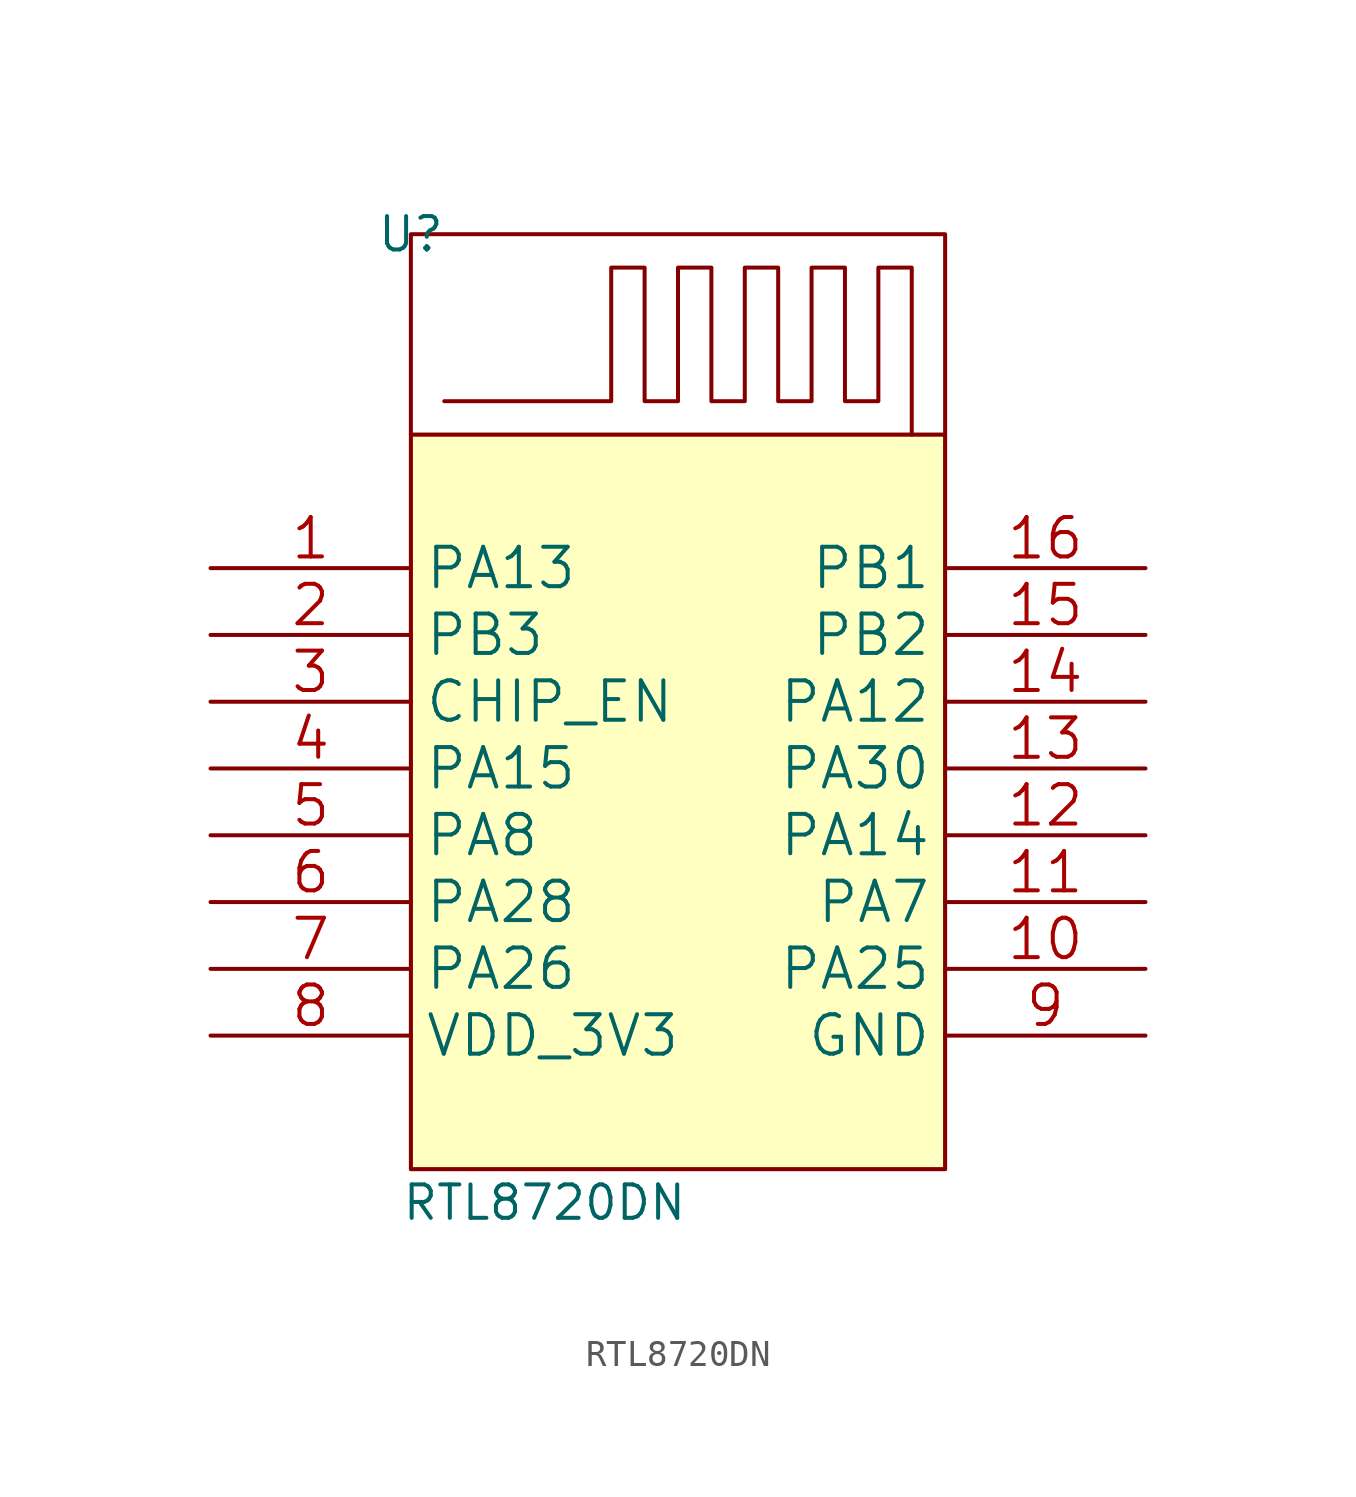
<source format=kicad_sym>
(kicad_symbol_lib
  (version 20211014)
  (generator kicad_symbol_editor)
  (symbol "RTL8720DN"
    (property "Reference" "U"
      (at -17.78 21.59 0)
      (effects (font (size 1.27 1.27))))
    (property "Value" "RTL8720DN"
      (at -12.7 -15.24 0)
      (effects (font (size 1.27 1.27))))
    (symbol "RTL8720DN_0_1"
      (rectangle (start -17.78 13.97) (end 2.54 -13.97) (stroke (width 0) (type default) (color 0 0 0 0)) (fill (type background)))
      (polyline (pts (xy -17.78 13.97) (xy -17.78 21.59) (xy 2.54 21.59) (xy 2.54 13.97)) (stroke (width 0) (type default) (color 0 0 0 0)) (fill (type none)))
      (polyline (pts (xy 1.27 13.97) (xy 1.27 20.32) (xy 0 20.32) (xy 0 15.24) (xy -1.27 15.24) (xy -1.27 20.32) (xy -2.54 20.32) (xy -2.54 15.24) (xy -3.81 15.24) (xy -3.81 20.32) (xy -5.08 20.32) (xy -5.08 15.24) (xy -6.35 15.24) (xy -6.35 20.32) (xy -7.62 20.32) (xy -7.62 15.24) (xy -8.89 15.24) (xy -8.89 20.32) (xy -10.16 20.32) (xy -10.16 15.24) (xy -16.51 15.24)) (stroke (width 0) (type default) (color 0 0 0 0)) (fill (type none))))
    (symbol "RTL8720DN_1_1"
      (polyline (pts (xy -17.78 -13.97) (xy 2.54 -13.97)) (stroke (width 0.127) (type default) (color 0 0 0 0)) (fill (type none)))
      (polyline (pts (xy -17.78 13.97) (xy -17.78 -13.97)) (stroke (width 0.127) (type default) (color 0 0 0 0)) (fill (type none)))
      (polyline (pts (xy 2.54 -13.97) (xy 2.54 13.97)) (stroke (width 0.127) (type default) (color 0 0 0 0)) (fill (type none)))
      (polyline (pts (xy 2.54 13.97) (xy -17.78 13.97)) (stroke (width 0.127) (type default) (color 0 0 0 0)) (fill (type none)))
      (pin bidirectional line (at -25.4 8.89 0) (length 7.62) (name "PA13" (effects (font (size 1.499 1.499)))) (number "1" (effects (font (size 1.499 1.499)))))
      (pin bidirectional line (at 10.16 -6.35 180) (length 7.62) (name "PA25" (effects (font (size 1.499 1.499)))) (number "10" (effects (font (size 1.499 1.499)))))
      (pin bidirectional line (at 10.16 -3.81 180) (length 7.62) (name "PA7" (effects (font (size 1.499 1.499)))) (number "11" (effects (font (size 1.499 1.499)))))
      (pin bidirectional line (at 10.16 -1.27 180) (length 7.62) (name "PA14" (effects (font (size 1.499 1.499)))) (number "12" (effects (font (size 1.499 1.499)))))
      (pin bidirectional line (at 10.16 1.27 180) (length 7.62) (name "PA30" (effects (font (size 1.499 1.499)))) (number "13" (effects (font (size 1.499 1.499)))))
      (pin bidirectional line (at 10.16 3.81 180) (length 7.62) (name "PA12" (effects (font (size 1.499 1.499)))) (number "14" (effects (font (size 1.499 1.499)))))
      (pin bidirectional line (at 10.16 6.35 180) (length 7.62) (name "PB2" (effects (font (size 1.499 1.499)))) (number "15" (effects (font (size 1.499 1.499)))))
      (pin bidirectional line (at 10.16 8.89 180) (length 7.62) (name "PB1" (effects (font (size 1.499 1.499)))) (number "16" (effects (font (size 1.499 1.499)))))
      (pin bidirectional line (at -25.4 6.35 0) (length 7.62) (name "PB3" (effects (font (size 1.499 1.499)))) (number "2" (effects (font (size 1.499 1.499)))))
      (pin input line (at -25.4 3.81 0) (length 7.62) (name "CHIP_EN" (effects (font (size 1.499 1.499)))) (number "3" (effects (font (size 1.499 1.499)))))
      (pin bidirectional line (at -25.4 1.27 0) (length 7.62) (name "PA15" (effects (font (size 1.499 1.499)))) (number "4" (effects (font (size 1.499 1.499)))))
      (pin bidirectional line (at -25.4 -1.27 0) (length 7.62) (name "PA8" (effects (font (size 1.499 1.499)))) (number "5" (effects (font (size 1.499 1.499)))))
      (pin bidirectional line (at -25.4 -3.81 0) (length 7.62) (name "PA28" (effects (font (size 1.499 1.499)))) (number "6" (effects (font (size 1.499 1.499)))))
      (pin bidirectional line (at -25.4 -6.35 0) (length 7.62) (name "PA26" (effects (font (size 1.499 1.499)))) (number "7" (effects (font (size 1.499 1.499)))))
      (pin power_in line (at -25.4 -8.89 0) (length 7.62) (name "VDD_3V3" (effects (font (size 1.499 1.499)))) (number "8" (effects (font (size 1.499 1.499)))))
      (pin power_in line (at 10.16 -8.89 180) (length 7.62) (name "GND" (effects (font (size 1.499 1.499)))) (number "9" (effects (font (size 1.499 1.499))))))))
</source>
